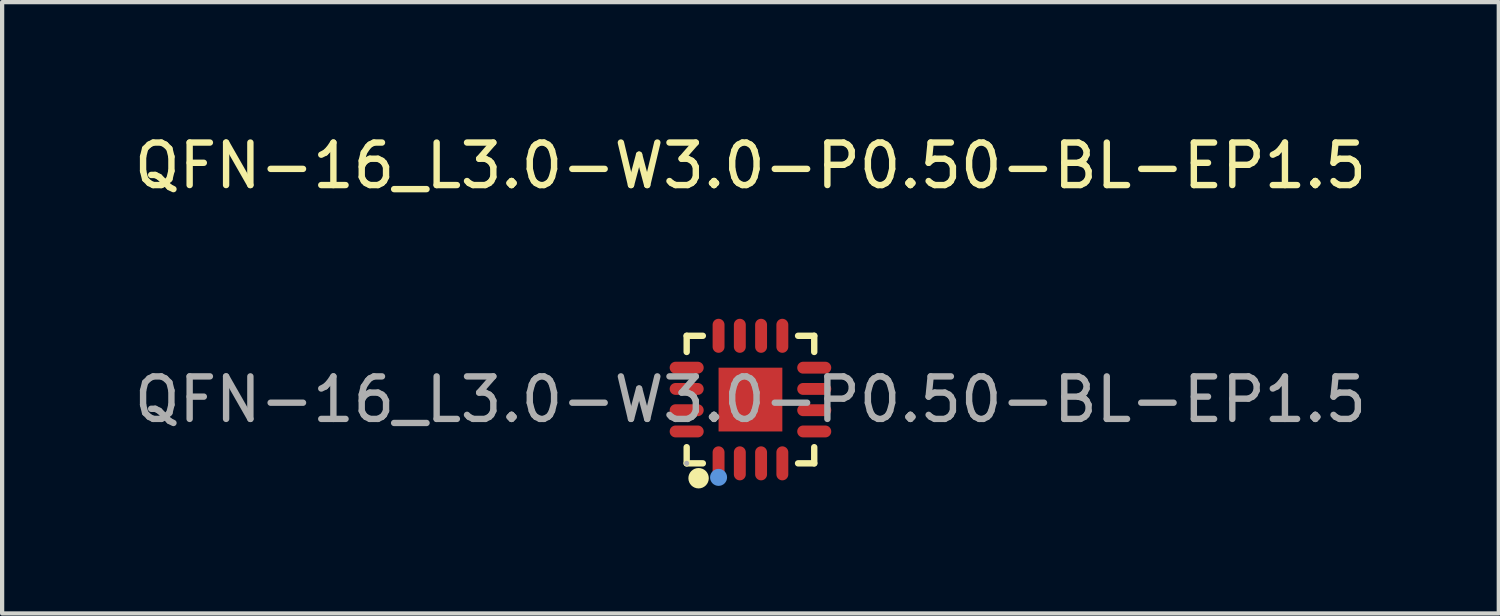
<source format=kicad_pcb>
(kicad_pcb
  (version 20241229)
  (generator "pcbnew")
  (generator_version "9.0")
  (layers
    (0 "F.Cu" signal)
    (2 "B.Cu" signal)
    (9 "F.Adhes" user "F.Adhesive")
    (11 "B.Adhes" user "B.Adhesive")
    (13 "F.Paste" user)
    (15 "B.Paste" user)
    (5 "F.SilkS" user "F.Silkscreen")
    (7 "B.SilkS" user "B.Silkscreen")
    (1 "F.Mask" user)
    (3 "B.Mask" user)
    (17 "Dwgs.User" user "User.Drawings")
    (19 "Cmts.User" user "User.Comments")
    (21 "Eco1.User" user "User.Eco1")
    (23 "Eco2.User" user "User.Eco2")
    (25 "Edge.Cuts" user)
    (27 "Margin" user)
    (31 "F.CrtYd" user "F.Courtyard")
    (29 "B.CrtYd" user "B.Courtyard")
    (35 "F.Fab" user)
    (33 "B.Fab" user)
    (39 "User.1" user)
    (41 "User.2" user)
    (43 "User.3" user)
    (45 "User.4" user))
  (footprint "QFN-16_L3.0-W3.0-P0.50-BL-EP1.5"
    (layer "F.Cu")
    (at 14.601 6.348)
    (property "Reference" "QFN-16_L3.0-W3.0-P0.50-BL-EP1.5" (at 0 -5.5 0) (layer "F.SilkS") (effects (font (size 1 1) (thickness 0.15))))
    (attr smd)
    (fp_line (start -1.5 -1.5) (end -1.12 -1.5) (stroke (width 0.15) (type solid)) (layer "F.SilkS"))
    (fp_line (start -1.5 -1.12) (end -1.5 -1.5) (stroke (width 0.15) (type solid)) (layer "F.SilkS"))
    (fp_line (start -1.5 1.5) (end -1.5 1.12) (stroke (width 0.15) (type solid)) (layer "F.SilkS"))
    (fp_line (start -1.12 1.5) (end -1.5 1.5) (stroke (width 0.15) (type solid)) (layer "F.SilkS"))
    (fp_line (start 1.12 -1.5) (end 1.5 -1.5) (stroke (width 0.15) (type solid)) (layer "F.SilkS"))
    (fp_line (start 1.5 -1.5) (end 1.5 -1.12) (stroke (width 0.15) (type solid)) (layer "F.SilkS"))
    (fp_line (start 1.5 1.12) (end 1.5 1.5) (stroke (width 0.15) (type solid)) (layer "F.SilkS"))
    (fp_line (start 1.5 1.5) (end 1.12 1.5) (stroke (width 0.15) (type solid)) (layer "F.SilkS"))
    (fp_arc (start -1.22 1.85) (mid -1.22 1.85) (end -1.22 1.85) (stroke (width 0.24) (type solid)) (layer "F.SilkS"))
    (fp_circle (center -0.75 1.83) (end -0.65 1.83) (stroke (width 0.2) (type solid)) (fill no) (layer "Cmts.User"))
    (fp_circle (center -1.5 1.5) (end -1.47 1.5) (stroke (width 0.06) (type solid)) (fill no) (layer "F.Fab"))
    (fp_text user "${REFERENCE}" (at 0 0 0) (layer "F.Fab") (effects (font (size 1 1) (thickness 0.15))))
    (pad "1" smd oval (at -0.75 1.5) (size 0.28 0.8) (layers "F.Cu" "F.Mask" "F.Paste"))
    (pad "2" smd oval (at -0.25 1.5) (size 0.28 0.8) (layers "F.Cu" "F.Mask" "F.Paste"))
    (pad "3" smd oval (at 0.25 1.5) (size 0.28 0.8) (layers "F.Cu" "F.Mask" "F.Paste"))
    (pad "4" smd oval (at 0.75 1.5) (size 0.28 0.8) (layers "F.Cu" "F.Mask" "F.Paste"))
    (pad "5" smd oval (at 1.5 0.75) (size 0.8 0.28) (layers "F.Cu" "F.Mask" "F.Paste"))
    (pad "6" smd oval (at 1.5 0.25) (size 0.8 0.28) (layers "F.Cu" "F.Mask" "F.Paste"))
    (pad "7" smd oval (at 1.5 -0.25) (size 0.8 0.28) (layers "F.Cu" "F.Mask" "F.Paste"))
    (pad "8" smd oval (at 1.5 -0.75) (size 0.8 0.28) (layers "F.Cu" "F.Mask" "F.Paste"))
    (pad "9" smd oval (at 0.75 -1.5) (size 0.28 0.8) (layers "F.Cu" "F.Mask" "F.Paste"))
    (pad "10" smd oval (at 0.25 -1.5) (size 0.28 0.8) (layers "F.Cu" "F.Mask" "F.Paste"))
    (pad "11" smd oval (at -0.25 -1.5) (size 0.28 0.8) (layers "F.Cu" "F.Mask" "F.Paste"))
    (pad "12" smd oval (at -0.75 -1.5) (size 0.28 0.8) (layers "F.Cu" "F.Mask" "F.Paste"))
    (pad "13" smd oval (at -1.5 -0.75) (size 0.8 0.28) (layers "F.Cu" "F.Mask" "F.Paste"))
    (pad "14" smd oval (at -1.5 -0.25) (size 0.8 0.28) (layers "F.Cu" "F.Mask" "F.Paste"))
    (pad "15" smd oval (at -1.5 0.25) (size 0.8 0.28) (layers "F.Cu" "F.Mask" "F.Paste"))
    (pad "16" smd oval (at -1.5 0.75) (size 0.8 0.28) (layers "F.Cu" "F.Mask" "F.Paste"))
    (pad "17" smd rect (at 0 0) (size 1.5 1.5) (layers "F.Cu" "F.Mask" "F.Paste")))
  (gr_rect
    (start -3 -3)
    (end 32.202 11.378)
    (stroke (width 0.1) (type default))
    (fill no)
    (layer "Edge.Cuts")))
</source>
